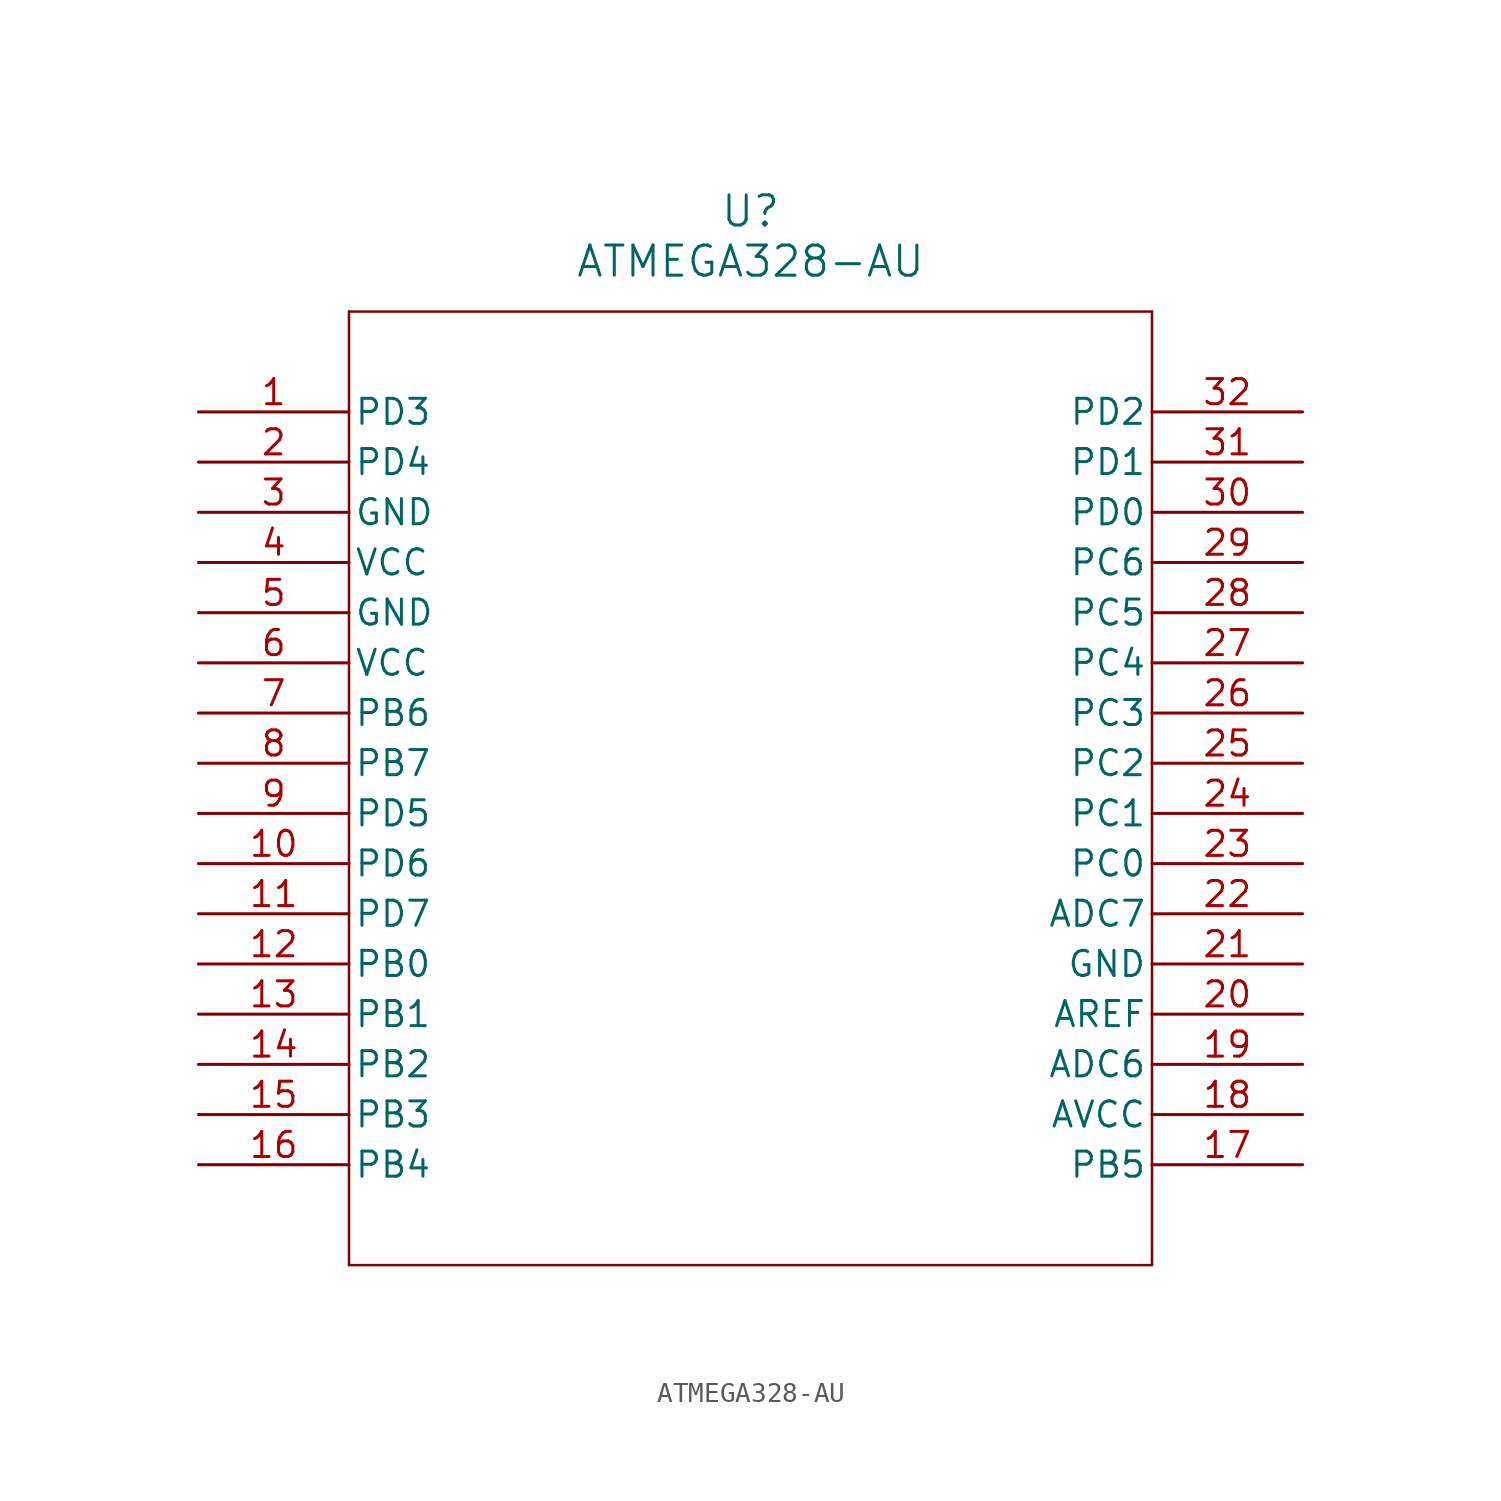
<source format=kicad_sym>
(kicad_symbol_lib
  (version 20211014)
  (generator kicad_symbol_editor)
  (symbol "ATMEGA328-AU"
    (pin_names
      (offset 0.254))
    (property "Reference" "U"
      (at 27.94 10.16 0)
      (effects (font (size 1.524 1.524))))
    (property "Value" "ATMEGA328-AU"
      (at 27.94 7.62 0)
      (effects (font (size 1.524 1.524))))
    (symbol "ATMEGA328-AU_0_1"
      (polyline (pts (xy 7.62 5.08) (xy 7.62 -43.18)) (stroke (width 0.127) (type default) (color 0 0 0 0)) (fill (type none)))
      (polyline (pts (xy 7.62 -43.18) (xy 48.26 -43.18)) (stroke (width 0.127) (type default) (color 0 0 0 0)) (fill (type none)))
      (polyline (pts (xy 48.26 -43.18) (xy 48.26 5.08)) (stroke (width 0.127) (type default) (color 0 0 0 0)) (fill (type none)))
      (polyline (pts (xy 48.26 5.08) (xy 7.62 5.08)) (stroke (width 0.127) (type default) (color 0 0 0 0)) (fill (type none)))
      (pin bidirectional line (at 0 0 0) (length 7.62) (name "PD3" (effects (font (size 1.27 1.27)))) (number "1" (effects (font (size 1.27 1.27)))))
      (pin bidirectional line (at 0 -2.54 0) (length 7.62) (name "PD4" (effects (font (size 1.27 1.27)))) (number "2" (effects (font (size 1.27 1.27)))))
      (pin power_in line (at 0 -5.08 0) (length 7.62) (name "GND" (effects (font (size 1.27 1.27)))) (number "3" (effects (font (size 1.27 1.27)))))
      (pin power_in line (at 0 -7.62 0) (length 7.62) (name "VCC" (effects (font (size 1.27 1.27)))) (number "4" (effects (font (size 1.27 1.27)))))
      (pin power_in line (at 0 -10.16 0) (length 7.62) (name "GND" (effects (font (size 1.27 1.27)))) (number "5" (effects (font (size 1.27 1.27)))))
      (pin power_in line (at 0 -12.7 0) (length 7.62) (name "VCC" (effects (font (size 1.27 1.27)))) (number "6" (effects (font (size 1.27 1.27)))))
      (pin bidirectional line (at 0 -15.24 0) (length 7.62) (name "PB6" (effects (font (size 1.27 1.27)))) (number "7" (effects (font (size 1.27 1.27)))))
      (pin bidirectional line (at 0 -17.78 0) (length 7.62) (name "PB7" (effects (font (size 1.27 1.27)))) (number "8" (effects (font (size 1.27 1.27)))))
      (pin bidirectional line (at 0 -20.32 0) (length 7.62) (name "PD5" (effects (font (size 1.27 1.27)))) (number "9" (effects (font (size 1.27 1.27)))))
      (pin bidirectional line (at 0 -22.86 0) (length 7.62) (name "PD6" (effects (font (size 1.27 1.27)))) (number "10" (effects (font (size 1.27 1.27)))))
      (pin bidirectional line (at 0 -25.4 0) (length 7.62) (name "PD7" (effects (font (size 1.27 1.27)))) (number "11" (effects (font (size 1.27 1.27)))))
      (pin bidirectional line (at 0 -27.94 0) (length 7.62) (name "PB0" (effects (font (size 1.27 1.27)))) (number "12" (effects (font (size 1.27 1.27)))))
      (pin bidirectional line (at 0 -30.48 0) (length 7.62) (name "PB1" (effects (font (size 1.27 1.27)))) (number "13" (effects (font (size 1.27 1.27)))))
      (pin bidirectional line (at 0 -33.02 0) (length 7.62) (name "PB2" (effects (font (size 1.27 1.27)))) (number "14" (effects (font (size 1.27 1.27)))))
      (pin bidirectional line (at 0 -35.56 0) (length 7.62) (name "PB3" (effects (font (size 1.27 1.27)))) (number "15" (effects (font (size 1.27 1.27)))))
      (pin bidirectional line (at 0 -38.1 0) (length 7.62) (name "PB4" (effects (font (size 1.27 1.27)))) (number "16" (effects (font (size 1.27 1.27)))))
      (pin bidirectional line (at 55.88 -38.1 180) (length 7.62) (name "PB5" (effects (font (size 1.27 1.27)))) (number "17" (effects (font (size 1.27 1.27)))))
      (pin power_in line (at 55.88 -35.56 180) (length 7.62) (name "AVCC" (effects (font (size 1.27 1.27)))) (number "18" (effects (font (size 1.27 1.27)))))
      (pin unspecified line (at 55.88 -33.02 180) (length 7.62) (name "ADC6" (effects (font (size 1.27 1.27)))) (number "19" (effects (font (size 1.27 1.27)))))
      (pin unspecified line (at 55.88 -30.48 180) (length 7.62) (name "AREF" (effects (font (size 1.27 1.27)))) (number "20" (effects (font (size 1.27 1.27)))))
      (pin power_in line (at 55.88 -27.94 180) (length 7.62) (name "GND" (effects (font (size 1.27 1.27)))) (number "21" (effects (font (size 1.27 1.27)))))
      (pin unspecified line (at 55.88 -25.4 180) (length 7.62) (name "ADC7" (effects (font (size 1.27 1.27)))) (number "22" (effects (font (size 1.27 1.27)))))
      (pin bidirectional line (at 55.88 -22.86 180) (length 7.62) (name "PC0" (effects (font (size 1.27 1.27)))) (number "23" (effects (font (size 1.27 1.27)))))
      (pin bidirectional line (at 55.88 -20.32 180) (length 7.62) (name "PC1" (effects (font (size 1.27 1.27)))) (number "24" (effects (font (size 1.27 1.27)))))
      (pin bidirectional line (at 55.88 -17.78 180) (length 7.62) (name "PC2" (effects (font (size 1.27 1.27)))) (number "25" (effects (font (size 1.27 1.27)))))
      (pin bidirectional line (at 55.88 -15.24 180) (length 7.62) (name "PC3" (effects (font (size 1.27 1.27)))) (number "26" (effects (font (size 1.27 1.27)))))
      (pin bidirectional line (at 55.88 -12.7 180) (length 7.62) (name "PC4" (effects (font (size 1.27 1.27)))) (number "27" (effects (font (size 1.27 1.27)))))
      (pin bidirectional line (at 55.88 -10.16 180) (length 7.62) (name "PC5" (effects (font (size 1.27 1.27)))) (number "28" (effects (font (size 1.27 1.27)))))
      (pin bidirectional line (at 55.88 -7.62 180) (length 7.62) (name "PC6" (effects (font (size 1.27 1.27)))) (number "29" (effects (font (size 1.27 1.27)))))
      (pin bidirectional line (at 55.88 -5.08 180) (length 7.62) (name "PD0" (effects (font (size 1.27 1.27)))) (number "30" (effects (font (size 1.27 1.27)))))
      (pin bidirectional line (at 55.88 -2.54 180) (length 7.62) (name "PD1" (effects (font (size 1.27 1.27)))) (number "31" (effects (font (size 1.27 1.27)))))
      (pin bidirectional line (at 55.88 0 180) (length 7.62) (name "PD2" (effects (font (size 1.27 1.27)))) (number "32" (effects (font (size 1.27 1.27))))))))
</source>
